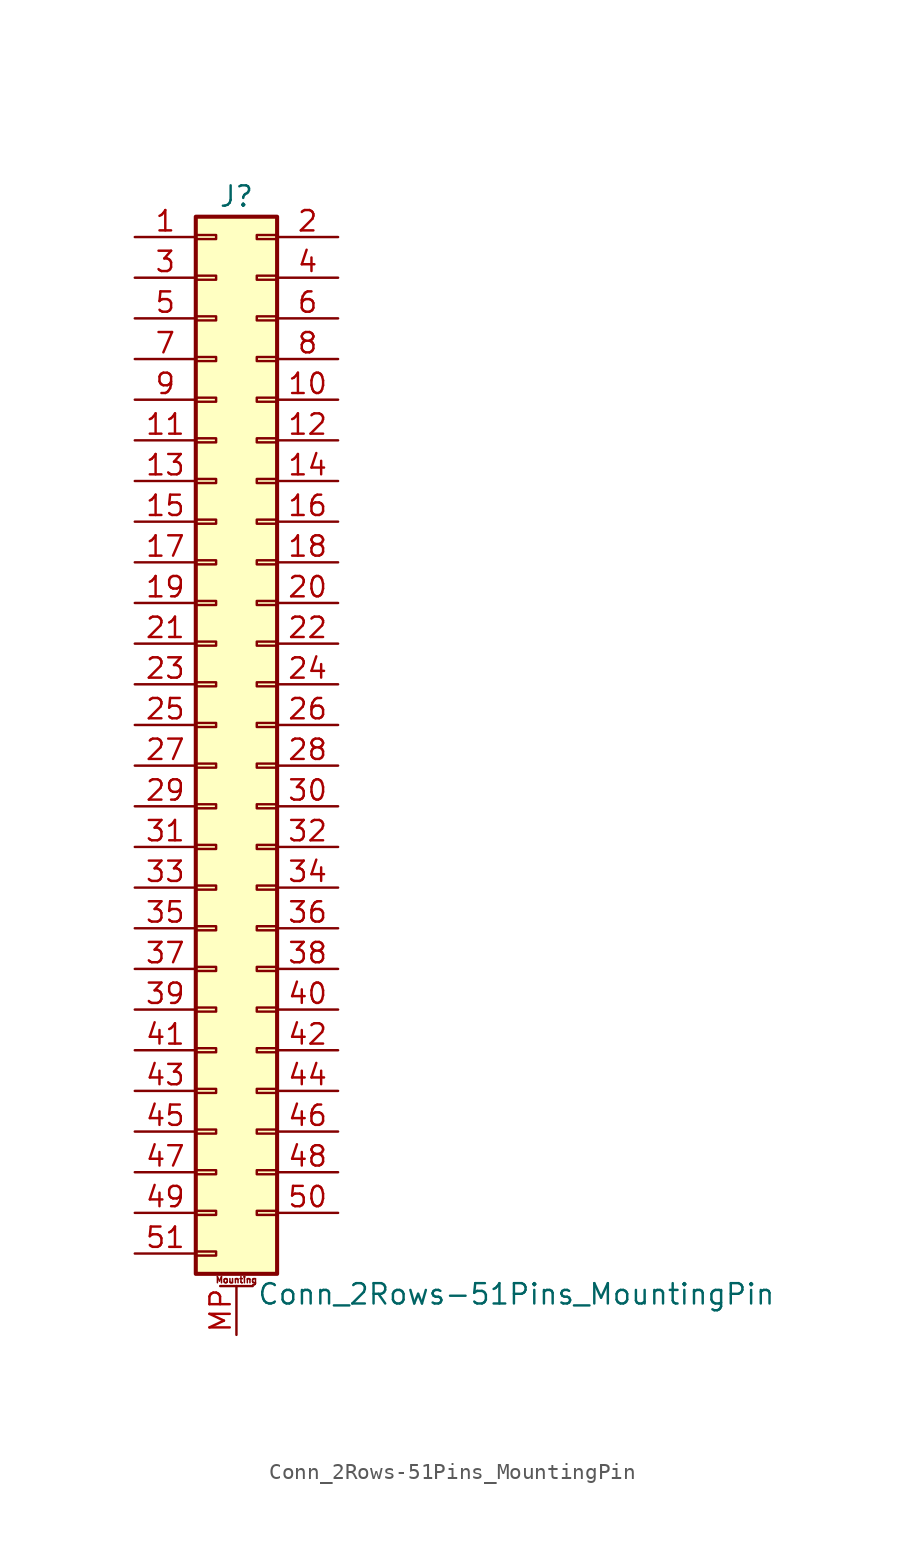
<source format=kicad_sym>
(kicad_symbol_lib
  (version 20201005)
  (generator kicad_symbol_editor)
  (symbol "Conn_2Rows-51Pins_MountingPin"
    (pin_names
      (offset 1.016) hide)
    (property "Reference" "J"
      (at 1.27 33.02 0)
      (effects (font (size 1.27 1.27))))
    (property "Value" "Conn_2Rows-51Pins_MountingPin"
      (at 2.54 -35.56 0)
      (effects (font (size 1.27 1.27)) (justify left)))
    (symbol "Conn_2Rows-51Pins_MountingPin_1_1"
      (text "Mounting" (at 1.27 -34.671 0) (effects (font (size 0.381 0.381))))
      (rectangle (start -1.27 -32.893) (end 0 -33.147) (stroke (width 0.152)) (fill (type none)))
      (rectangle (start -1.27 -30.353) (end 0 -30.607) (stroke (width 0.152)) (fill (type none)))
      (rectangle (start -1.27 -27.813) (end 0 -28.067) (stroke (width 0.152)) (fill (type none)))
      (rectangle (start -1.27 -25.273) (end 0 -25.527) (stroke (width 0.152)) (fill (type none)))
      (rectangle (start -1.27 -22.733) (end 0 -22.987) (stroke (width 0.152)) (fill (type none)))
      (rectangle (start -1.27 -20.193) (end 0 -20.447) (stroke (width 0.152)) (fill (type none)))
      (rectangle (start -1.27 -17.653) (end 0 -17.907) (stroke (width 0.152)) (fill (type none)))
      (rectangle (start -1.27 -15.113) (end 0 -15.367) (stroke (width 0.152)) (fill (type none)))
      (rectangle (start -1.27 -12.573) (end 0 -12.827) (stroke (width 0.152)) (fill (type none)))
      (rectangle (start -1.27 -10.033) (end 0 -10.287) (stroke (width 0.152)) (fill (type none)))
      (rectangle (start -1.27 -7.493) (end 0 -7.747) (stroke (width 0.152)) (fill (type none)))
      (rectangle (start -1.27 -4.953) (end 0 -5.207) (stroke (width 0.152)) (fill (type none)))
      (rectangle (start -1.27 -2.413) (end 0 -2.667) (stroke (width 0.152)) (fill (type none)))
      (rectangle (start -1.27 0.127) (end 0 -0.127) (stroke (width 0.152)) (fill (type none)))
      (rectangle (start -1.27 2.667) (end 0 2.413) (stroke (width 0.152)) (fill (type none)))
      (rectangle (start -1.27 5.207) (end 0 4.953) (stroke (width 0.152)) (fill (type none)))
      (rectangle (start -1.27 7.747) (end 0 7.493) (stroke (width 0.152)) (fill (type none)))
      (rectangle (start -1.27 10.287) (end 0 10.033) (stroke (width 0.152)) (fill (type none)))
      (rectangle (start -1.27 12.827) (end 0 12.573) (stroke (width 0.152)) (fill (type none)))
      (rectangle (start -1.27 15.367) (end 0 15.113) (stroke (width 0.152)) (fill (type none)))
      (rectangle (start -1.27 17.907) (end 0 17.653) (stroke (width 0.152)) (fill (type none)))
      (rectangle (start -1.27 20.447) (end 0 20.193) (stroke (width 0.152)) (fill (type none)))
      (rectangle (start -1.27 22.987) (end 0 22.733) (stroke (width 0.152)) (fill (type none)))
      (rectangle (start -1.27 25.527) (end 0 25.273) (stroke (width 0.152)) (fill (type none)))
      (rectangle (start -1.27 28.067) (end 0 27.813) (stroke (width 0.152)) (fill (type none)))
      (rectangle (start -1.27 30.607) (end 0 30.353) (stroke (width 0.152)) (fill (type none)))
      (rectangle (start -1.27 31.75) (end 3.81 -34.29) (stroke (width 0.254)) (fill (type background)))
      (rectangle (start 3.81 -30.353) (end 2.54 -30.607) (stroke (width 0.152)) (fill (type none)))
      (rectangle (start 3.81 -27.813) (end 2.54 -28.067) (stroke (width 0.152)) (fill (type none)))
      (rectangle (start 3.81 -25.273) (end 2.54 -25.527) (stroke (width 0.152)) (fill (type none)))
      (rectangle (start 3.81 -22.733) (end 2.54 -22.987) (stroke (width 0.152)) (fill (type none)))
      (rectangle (start 3.81 -20.193) (end 2.54 -20.447) (stroke (width 0.152)) (fill (type none)))
      (rectangle (start 3.81 -17.653) (end 2.54 -17.907) (stroke (width 0.152)) (fill (type none)))
      (rectangle (start 3.81 -15.113) (end 2.54 -15.367) (stroke (width 0.152)) (fill (type none)))
      (rectangle (start 3.81 -12.573) (end 2.54 -12.827) (stroke (width 0.152)) (fill (type none)))
      (rectangle (start 3.81 -10.033) (end 2.54 -10.287) (stroke (width 0.152)) (fill (type none)))
      (rectangle (start 3.81 -7.493) (end 2.54 -7.747) (stroke (width 0.152)) (fill (type none)))
      (rectangle (start 3.81 -4.953) (end 2.54 -5.207) (stroke (width 0.152)) (fill (type none)))
      (rectangle (start 3.81 -2.413) (end 2.54 -2.667) (stroke (width 0.152)) (fill (type none)))
      (rectangle (start 3.81 0.127) (end 2.54 -0.127) (stroke (width 0.152)) (fill (type none)))
      (rectangle (start 3.81 2.667) (end 2.54 2.413) (stroke (width 0.152)) (fill (type none)))
      (rectangle (start 3.81 5.207) (end 2.54 4.953) (stroke (width 0.152)) (fill (type none)))
      (rectangle (start 3.81 7.747) (end 2.54 7.493) (stroke (width 0.152)) (fill (type none)))
      (rectangle (start 3.81 10.287) (end 2.54 10.033) (stroke (width 0.152)) (fill (type none)))
      (rectangle (start 3.81 12.827) (end 2.54 12.573) (stroke (width 0.152)) (fill (type none)))
      (rectangle (start 3.81 15.367) (end 2.54 15.113) (stroke (width 0.152)) (fill (type none)))
      (rectangle (start 3.81 17.907) (end 2.54 17.653) (stroke (width 0.152)) (fill (type none)))
      (rectangle (start 3.81 20.447) (end 2.54 20.193) (stroke (width 0.152)) (fill (type none)))
      (rectangle (start 3.81 22.987) (end 2.54 22.733) (stroke (width 0.152)) (fill (type none)))
      (rectangle (start 3.81 25.527) (end 2.54 25.273) (stroke (width 0.152)) (fill (type none)))
      (rectangle (start 3.81 28.067) (end 2.54 27.813) (stroke (width 0.152)) (fill (type none)))
      (rectangle (start 3.81 30.607) (end 2.54 30.353) (stroke (width 0.152)) (fill (type none)))
      (polyline (pts (xy 0.254 -35.052) (xy 2.286 -35.052)) (stroke (width 0.152)) (fill (type none)))
      (pin passive line (at -5.08 30.48 0) (length 3.81) (name "Pin_1" (effects (font (size 1.27 1.27)))) (number "1" (effects (font (size 1.27 1.27)))))
      (pin passive line (at 7.62 20.32 180) (length 3.81) (name "Pin_10" (effects (font (size 1.27 1.27)))) (number "10" (effects (font (size 1.27 1.27)))))
      (pin passive line (at -5.08 17.78 0) (length 3.81) (name "Pin_11" (effects (font (size 1.27 1.27)))) (number "11" (effects (font (size 1.27 1.27)))))
      (pin passive line (at 7.62 17.78 180) (length 3.81) (name "Pin_12" (effects (font (size 1.27 1.27)))) (number "12" (effects (font (size 1.27 1.27)))))
      (pin passive line (at -5.08 15.24 0) (length 3.81) (name "Pin_13" (effects (font (size 1.27 1.27)))) (number "13" (effects (font (size 1.27 1.27)))))
      (pin passive line (at 7.62 15.24 180) (length 3.81) (name "Pin_14" (effects (font (size 1.27 1.27)))) (number "14" (effects (font (size 1.27 1.27)))))
      (pin passive line (at -5.08 12.7 0) (length 3.81) (name "Pin_15" (effects (font (size 1.27 1.27)))) (number "15" (effects (font (size 1.27 1.27)))))
      (pin passive line (at 7.62 12.7 180) (length 3.81) (name "Pin_16" (effects (font (size 1.27 1.27)))) (number "16" (effects (font (size 1.27 1.27)))))
      (pin passive line (at -5.08 10.16 0) (length 3.81) (name "Pin_17" (effects (font (size 1.27 1.27)))) (number "17" (effects (font (size 1.27 1.27)))))
      (pin passive line (at 7.62 10.16 180) (length 3.81) (name "Pin_18" (effects (font (size 1.27 1.27)))) (number "18" (effects (font (size 1.27 1.27)))))
      (pin passive line (at -5.08 7.62 0) (length 3.81) (name "Pin_19" (effects (font (size 1.27 1.27)))) (number "19" (effects (font (size 1.27 1.27)))))
      (pin passive line (at 7.62 30.48 180) (length 3.81) (name "Pin_2" (effects (font (size 1.27 1.27)))) (number "2" (effects (font (size 1.27 1.27)))))
      (pin passive line (at 7.62 7.62 180) (length 3.81) (name "Pin_20" (effects (font (size 1.27 1.27)))) (number "20" (effects (font (size 1.27 1.27)))))
      (pin passive line (at -5.08 5.08 0) (length 3.81) (name "Pin_21" (effects (font (size 1.27 1.27)))) (number "21" (effects (font (size 1.27 1.27)))))
      (pin passive line (at 7.62 5.08 180) (length 3.81) (name "Pin_22" (effects (font (size 1.27 1.27)))) (number "22" (effects (font (size 1.27 1.27)))))
      (pin passive line (at -5.08 2.54 0) (length 3.81) (name "Pin_23" (effects (font (size 1.27 1.27)))) (number "23" (effects (font (size 1.27 1.27)))))
      (pin passive line (at 7.62 2.54 180) (length 3.81) (name "Pin_24" (effects (font (size 1.27 1.27)))) (number "24" (effects (font (size 1.27 1.27)))))
      (pin passive line (at -5.08 0 0) (length 3.81) (name "Pin_25" (effects (font (size 1.27 1.27)))) (number "25" (effects (font (size 1.27 1.27)))))
      (pin passive line (at 7.62 0 180) (length 3.81) (name "Pin_26" (effects (font (size 1.27 1.27)))) (number "26" (effects (font (size 1.27 1.27)))))
      (pin passive line (at -5.08 -2.54 0) (length 3.81) (name "Pin_27" (effects (font (size 1.27 1.27)))) (number "27" (effects (font (size 1.27 1.27)))))
      (pin passive line (at 7.62 -2.54 180) (length 3.81) (name "Pin_28" (effects (font (size 1.27 1.27)))) (number "28" (effects (font (size 1.27 1.27)))))
      (pin passive line (at -5.08 -5.08 0) (length 3.81) (name "Pin_29" (effects (font (size 1.27 1.27)))) (number "29" (effects (font (size 1.27 1.27)))))
      (pin passive line (at -5.08 27.94 0) (length 3.81) (name "Pin_3" (effects (font (size 1.27 1.27)))) (number "3" (effects (font (size 1.27 1.27)))))
      (pin passive line (at 7.62 -5.08 180) (length 3.81) (name "Pin_30" (effects (font (size 1.27 1.27)))) (number "30" (effects (font (size 1.27 1.27)))))
      (pin passive line (at -5.08 -7.62 0) (length 3.81) (name "Pin_31" (effects (font (size 1.27 1.27)))) (number "31" (effects (font (size 1.27 1.27)))))
      (pin passive line (at 7.62 -7.62 180) (length 3.81) (name "Pin_32" (effects (font (size 1.27 1.27)))) (number "32" (effects (font (size 1.27 1.27)))))
      (pin passive line (at -5.08 -10.16 0) (length 3.81) (name "Pin_33" (effects (font (size 1.27 1.27)))) (number "33" (effects (font (size 1.27 1.27)))))
      (pin passive line (at 7.62 -10.16 180) (length 3.81) (name "Pin_34" (effects (font (size 1.27 1.27)))) (number "34" (effects (font (size 1.27 1.27)))))
      (pin passive line (at -5.08 -12.7 0) (length 3.81) (name "Pin_35" (effects (font (size 1.27 1.27)))) (number "35" (effects (font (size 1.27 1.27)))))
      (pin passive line (at 7.62 -12.7 180) (length 3.81) (name "Pin_36" (effects (font (size 1.27 1.27)))) (number "36" (effects (font (size 1.27 1.27)))))
      (pin passive line (at -5.08 -15.24 0) (length 3.81) (name "Pin_37" (effects (font (size 1.27 1.27)))) (number "37" (effects (font (size 1.27 1.27)))))
      (pin passive line (at 7.62 -15.24 180) (length 3.81) (name "Pin_38" (effects (font (size 1.27 1.27)))) (number "38" (effects (font (size 1.27 1.27)))))
      (pin passive line (at -5.08 -17.78 0) (length 3.81) (name "Pin_39" (effects (font (size 1.27 1.27)))) (number "39" (effects (font (size 1.27 1.27)))))
      (pin passive line (at 7.62 27.94 180) (length 3.81) (name "Pin_4" (effects (font (size 1.27 1.27)))) (number "4" (effects (font (size 1.27 1.27)))))
      (pin passive line (at 7.62 -17.78 180) (length 3.81) (name "Pin_40" (effects (font (size 1.27 1.27)))) (number "40" (effects (font (size 1.27 1.27)))))
      (pin passive line (at -5.08 -20.32 0) (length 3.81) (name "Pin_41" (effects (font (size 1.27 1.27)))) (number "41" (effects (font (size 1.27 1.27)))))
      (pin passive line (at 7.62 -20.32 180) (length 3.81) (name "Pin_42" (effects (font (size 1.27 1.27)))) (number "42" (effects (font (size 1.27 1.27)))))
      (pin passive line (at -5.08 -22.86 0) (length 3.81) (name "Pin_43" (effects (font (size 1.27 1.27)))) (number "43" (effects (font (size 1.27 1.27)))))
      (pin passive line (at 7.62 -22.86 180) (length 3.81) (name "Pin_44" (effects (font (size 1.27 1.27)))) (number "44" (effects (font (size 1.27 1.27)))))
      (pin passive line (at -5.08 -25.4 0) (length 3.81) (name "Pin_45" (effects (font (size 1.27 1.27)))) (number "45" (effects (font (size 1.27 1.27)))))
      (pin passive line (at 7.62 -25.4 180) (length 3.81) (name "Pin_46" (effects (font (size 1.27 1.27)))) (number "46" (effects (font (size 1.27 1.27)))))
      (pin passive line (at -5.08 -27.94 0) (length 3.81) (name "Pin_47" (effects (font (size 1.27 1.27)))) (number "47" (effects (font (size 1.27 1.27)))))
      (pin passive line (at 7.62 -27.94 180) (length 3.81) (name "Pin_48" (effects (font (size 1.27 1.27)))) (number "48" (effects (font (size 1.27 1.27)))))
      (pin passive line (at -5.08 -30.48 0) (length 3.81) (name "Pin_49" (effects (font (size 1.27 1.27)))) (number "49" (effects (font (size 1.27 1.27)))))
      (pin passive line (at -5.08 25.4 0) (length 3.81) (name "Pin_5" (effects (font (size 1.27 1.27)))) (number "5" (effects (font (size 1.27 1.27)))))
      (pin passive line (at 7.62 -30.48 180) (length 3.81) (name "Pin_50" (effects (font (size 1.27 1.27)))) (number "50" (effects (font (size 1.27 1.27)))))
      (pin passive line (at -5.08 -33.02 0) (length 3.81) (name "Pin_51" (effects (font (size 1.27 1.27)))) (number "51" (effects (font (size 1.27 1.27)))))
      (pin passive line (at 7.62 25.4 180) (length 3.81) (name "Pin_6" (effects (font (size 1.27 1.27)))) (number "6" (effects (font (size 1.27 1.27)))))
      (pin passive line (at -5.08 22.86 0) (length 3.81) (name "Pin_7" (effects (font (size 1.27 1.27)))) (number "7" (effects (font (size 1.27 1.27)))))
      (pin passive line (at 7.62 22.86 180) (length 3.81) (name "Pin_8" (effects (font (size 1.27 1.27)))) (number "8" (effects (font (size 1.27 1.27)))))
      (pin passive line (at -5.08 20.32 0) (length 3.81) (name "Pin_9" (effects (font (size 1.27 1.27)))) (number "9" (effects (font (size 1.27 1.27)))))
      (pin passive line (at 1.27 -38.1 90) (length 3.048) (name "MountPin" (effects (font (size 1.27 1.27)))) (number "MP" (effects (font (size 1.27 1.27))))))))
</source>
